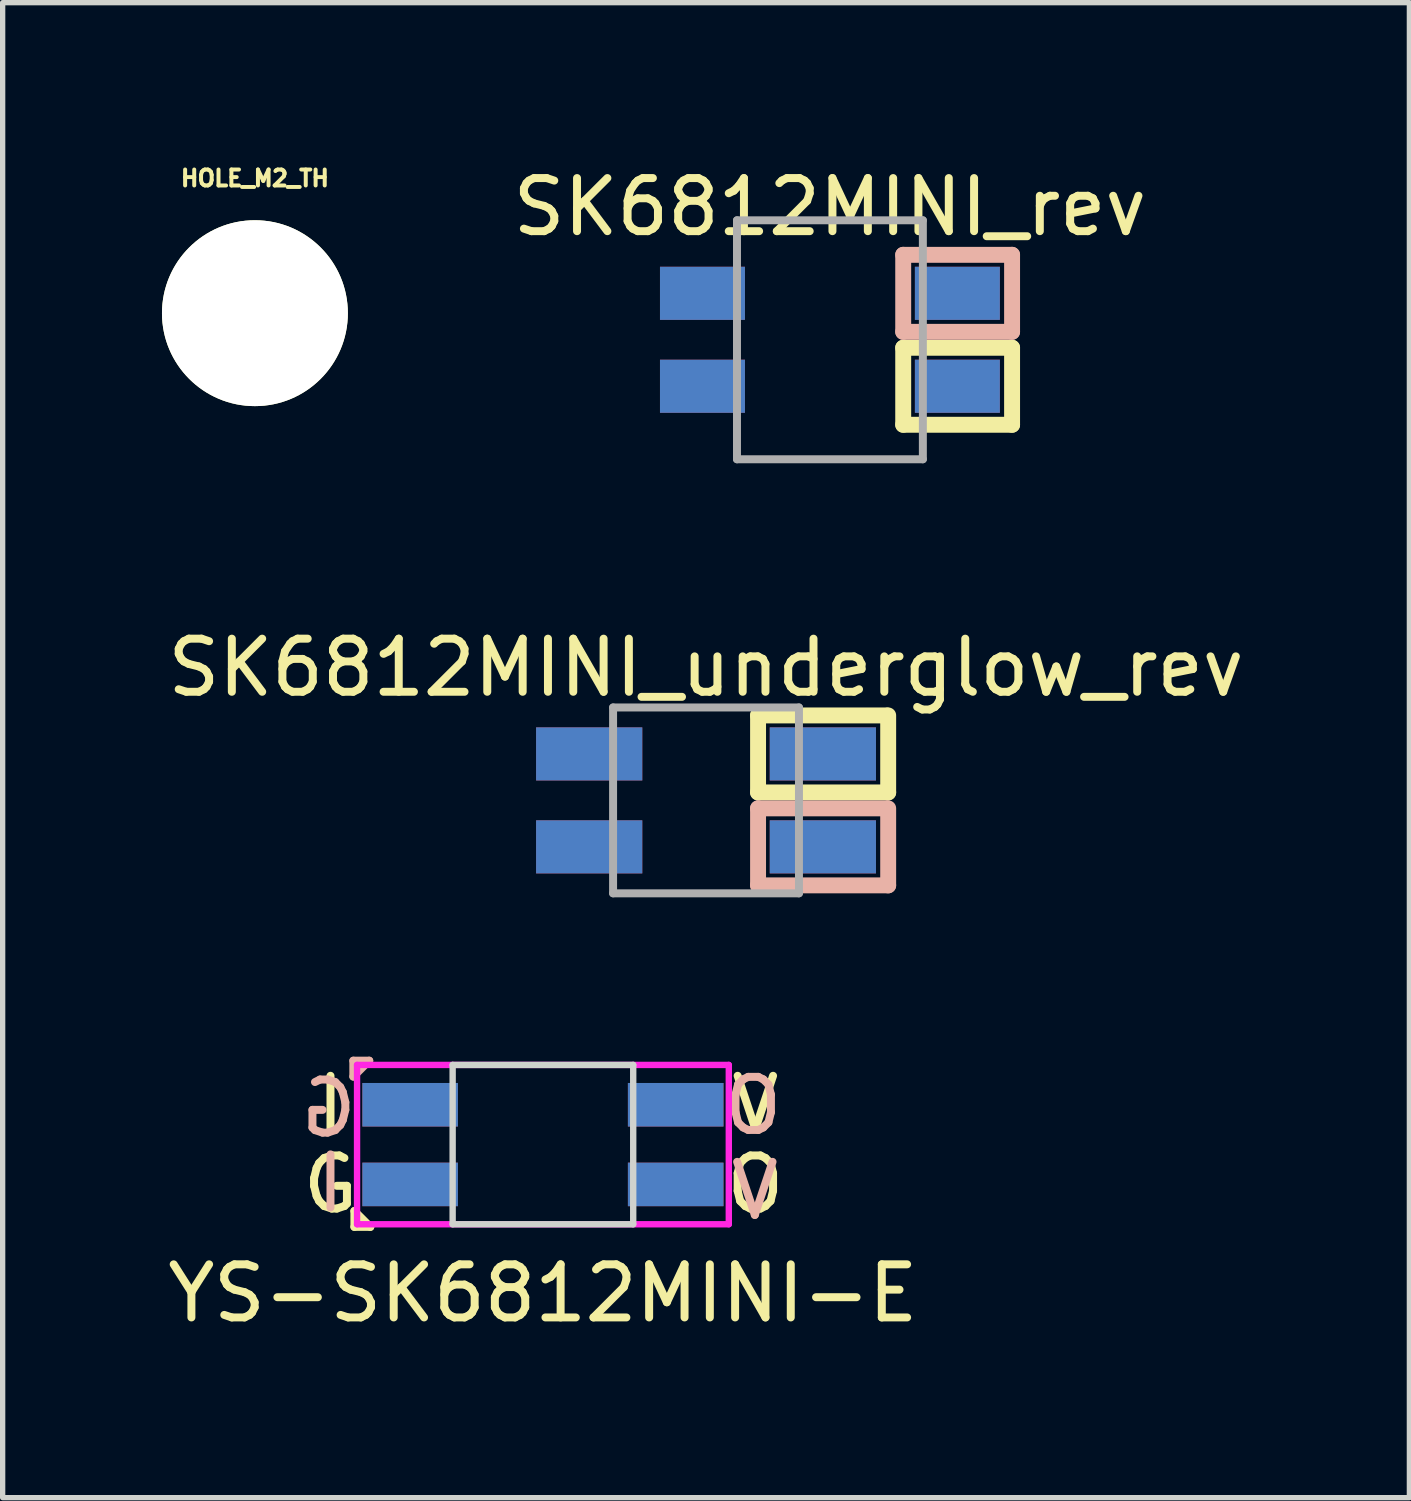
<source format=kicad_pcb>
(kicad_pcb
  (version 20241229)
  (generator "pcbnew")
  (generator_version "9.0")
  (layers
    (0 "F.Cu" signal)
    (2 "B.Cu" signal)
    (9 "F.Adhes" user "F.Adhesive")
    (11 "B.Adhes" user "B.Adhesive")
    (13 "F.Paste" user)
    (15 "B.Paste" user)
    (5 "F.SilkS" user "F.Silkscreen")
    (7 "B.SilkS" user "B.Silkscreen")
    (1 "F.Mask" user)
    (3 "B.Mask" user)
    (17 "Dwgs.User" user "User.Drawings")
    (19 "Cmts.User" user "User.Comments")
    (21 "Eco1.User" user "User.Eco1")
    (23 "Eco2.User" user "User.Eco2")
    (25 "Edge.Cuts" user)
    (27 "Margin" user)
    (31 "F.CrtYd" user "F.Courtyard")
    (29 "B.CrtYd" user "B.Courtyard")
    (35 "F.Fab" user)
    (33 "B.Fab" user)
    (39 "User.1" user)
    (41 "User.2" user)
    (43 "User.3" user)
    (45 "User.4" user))
  (footprint "SK6812MINI_underglow_rev"
    (layer "F.Cu")
    (at 10.244 12.021)
    (property "Reference" "SK6812MINI_underglow_rev" (at 0 -2.5 0) (layer "F.SilkS") (effects (font (size 1 1) (thickness 0.15))))
    (attr through_hole)
    (fp_line (start 0.98 -1.6) (end 3.4 -1.6) (stroke (width 0.3) (type solid)) (layer "F.SilkS"))
    (fp_line (start 0.98 -0.15) (end 0.98 -1.6) (stroke (width 0.3) (type solid)) (layer "F.SilkS"))
    (fp_line (start 3.43 -1.6) (end 3.43 -0.15) (stroke (width 0.3) (type solid)) (layer "F.SilkS"))
    (fp_line (start 3.43 -0.15) (end 0.98 -0.15) (stroke (width 0.3) (type solid)) (layer "F.SilkS"))
    (fp_line (start 0.98 0.15) (end 3.4 0.15) (stroke (width 0.3) (type solid)) (layer "B.SilkS"))
    (fp_line (start 0.98 1.6) (end 0.98 0.15) (stroke (width 0.3) (type solid)) (layer "B.SilkS"))
    (fp_line (start 3.43 0.15) (end 3.43 1.6) (stroke (width 0.3) (type solid)) (layer "B.SilkS"))
    (fp_line (start 3.43 1.6) (end 0.98 1.6) (stroke (width 0.3) (type solid)) (layer "B.SilkS"))
    (fp_line (start -1.75 -1.75) (end -1.75 1.75) (stroke (width 0.15) (type solid)) (layer "F.Fab"))
    (fp_line (start -1.75 -1.75) (end 1.75 -1.75) (stroke (width 0.15) (type solid)) (layer "F.Fab"))
    (fp_line (start 1.75 -1.75) (end 1.75 1.75) (stroke (width 0.15) (type solid)) (layer "F.Fab"))
    (fp_line (start 1.75 1.75) (end -1.75 1.75) (stroke (width 0.15) (type solid)) (layer "F.Fab"))
    (pad "1" smd rect (at -2.2 -0.875) (size 2 1) (layers "F.Cu" "F.Mask" "F.Paste"))
    (pad "1" smd rect (at -2.2 0.875) (size 2 1) (layers "B.Cu" "B.Mask" "B.Paste"))
    (pad "2" smd rect (at -2.2 -0.875) (size 2 1) (layers "B.Cu" "B.Mask" "B.Paste"))
    (pad "2" smd rect (at -2.2 0.875) (size 2 1) (layers "F.Cu" "F.Mask" "F.Paste"))
    (pad "3" smd rect (at 2.2 -0.875) (size 2 1) (layers "B.Cu" "B.Mask" "B.Paste"))
    (pad "3" smd rect (at 2.2 0.875) (size 2 1) (layers "F.Cu" "F.Mask" "F.Paste"))
    (pad "4" smd rect (at 2.2 -0.875) (size 2 1) (layers "F.Cu" "F.Mask" "F.Paste"))
    (pad "4" smd rect (at 2.2 0.875) (size 2 1) (layers "B.Cu" "B.Mask" "B.Paste")))
  (footprint "SK6812MINI_rev"
    (layer "F.Cu")
    (at 12.577 3.348)
    (property "Reference" "SK6812MINI_rev" (at 0 -2.5 0) (layer "F.SilkS") (effects (font (size 1 1) (thickness 0.15))))
    (attr exclude_from_pos_files exclude_from_bom)
    (fp_line (start 1.38 0.15) (end 3.43 0.15) (stroke (width 0.3) (type solid)) (layer "F.SilkS"))
    (fp_line (start 1.38 1.6) (end 1.38 0.15) (stroke (width 0.3) (type solid)) (layer "F.SilkS"))
    (fp_line (start 3.43 0.15) (end 3.43 1.6) (stroke (width 0.3) (type solid)) (layer "F.SilkS"))
    (fp_line (start 3.43 1.6) (end 1.38 1.6) (stroke (width 0.3) (type solid)) (layer "F.SilkS"))
    (fp_line (start 1.38 -1.6) (end 3.43 -1.6) (stroke (width 0.3) (type solid)) (layer "B.SilkS"))
    (fp_line (start 1.38 -0.15) (end 1.38 -1.6) (stroke (width 0.3) (type solid)) (layer "B.SilkS"))
    (fp_line (start 3.43 -1.6) (end 3.43 -0.15) (stroke (width 0.3) (type solid)) (layer "B.SilkS"))
    (fp_line (start 3.43 -0.15) (end 1.38 -0.15) (stroke (width 0.3) (type solid)) (layer "B.SilkS"))
    (fp_line (start -1.75 -2.25) (end -1.75 2.25) (stroke (width 0.15) (type solid)) (layer "F.Fab"))
    (fp_line (start -1.75 -2.25) (end 1.75 -2.25) (stroke (width 0.15) (type solid)) (layer "F.Fab"))
    (fp_line (start 1.75 -2.25) (end 1.75 2.25) (stroke (width 0.15) (type solid)) (layer "F.Fab"))
    (fp_line (start 1.75 2.25) (end -1.75 2.25) (stroke (width 0.15) (type solid)) (layer "F.Fab"))
    (pad "1" smd rect (at -2.4 -0.875) (size 1.6 1) (layers "B.Cu" "B.Mask" "B.Paste"))
    (pad "1" smd rect (at -2.4 0.875) (size 1.6 1) (layers "F.Cu" "F.Mask" "F.Paste"))
    (pad "2" smd rect (at -2.4 -0.875) (size 1.6 1) (layers "F.Cu" "F.Mask" "F.Paste"))
    (pad "2" smd rect (at -2.4 0.875) (size 1.6 1) (layers "B.Cu" "B.Mask" "B.Paste"))
    (pad "3" smd rect (at 2.4 -0.875) (size 1.6 1) (layers "F.Cu" "F.Mask" "F.Paste"))
    (pad "3" smd rect (at 2.4 0.875) (size 1.6 1) (layers "B.Cu" "B.Mask" "B.Paste"))
    (pad "4" smd rect (at 2.4 -0.875) (size 1.6 1) (layers "B.Cu" "B.Mask" "B.Paste"))
    (pad "4" smd rect (at 2.4 0.875) (size 1.6 1) (layers "F.Cu" "F.Mask" "F.Paste")))
  (footprint "HOLE_M2_TH"
    (layer "F.Cu")
    (at 1.75 2.847)
    (property "Reference" "HOLE_M2_TH" (at 0 -2.54 0) (layer "F.SilkS") (effects (font (size 0.3 0.3) (thickness 0.076))))
    (attr through_hole)
    (pad "" np_thru_hole circle (at 0 0 90) (size 3.5 3.5) (drill 3.5) (layers "*.Cu" "*.Mask" "F.SilkS")))
  (footprint "YS-SK6812MINI-E"
    (layer "F.Cu")
    (at 7.173 18.502)
    (property "Reference" "YS-SK6812MINI-E" (at 0 2.8 0) (layer "F.SilkS") (effects (font (size 1 1) (thickness 0.15))))
    (attr through_hole)
    (fp_line (start -3.55 1.25) (end -3.25 1.55) (stroke (width 0.15) (type solid)) (layer "F.SilkS"))
    (fp_line (start -3.55 1.55) (end -3.55 1.25) (stroke (width 0.15) (type solid)) (layer "F.SilkS"))
    (fp_line (start -3.25 1.55) (end -3.55 1.55) (stroke (width 0.15) (type solid)) (layer "F.SilkS"))
    (fp_line (start -3.57 -1.58) (end -3.57 -1.28) (stroke (width 0.15) (type solid)) (layer "B.SilkS"))
    (fp_line (start -3.57 -1.28) (end -3.27 -1.58) (stroke (width 0.15) (type solid)) (layer "B.SilkS"))
    (fp_line (start -3.27 -1.58) (end -3.57 -1.58) (stroke (width 0.15) (type solid)) (layer "B.SilkS"))
    (fp_line (start -1.7 -1.5) (end -1.7 1.5) (stroke (width 0.12) (type solid)) (layer "Edge.Cuts"))
    (fp_line (start -1.7 1.5) (end 1.7 1.5) (stroke (width 0.12) (type solid)) (layer "Edge.Cuts"))
    (fp_line (start 1.7 -1.5) (end -1.7 -1.5) (stroke (width 0.12) (type solid)) (layer "Edge.Cuts"))
    (fp_line (start 1.7 1.5) (end 1.7 -1.5) (stroke (width 0.12) (type solid)) (layer "Edge.Cuts"))
    (fp_line (start -3.5 -1.5) (end -3.5 1.5) (stroke (width 0.12) (type solid)) (layer "F.CrtYd"))
    (fp_line (start -3.5 1.5) (end 3.5 1.5) (stroke (width 0.12) (type solid)) (layer "F.CrtYd"))
    (fp_line (start 3.5 -1.5) (end -3.5 -1.5) (stroke (width 0.12) (type solid)) (layer "F.CrtYd"))
    (fp_line (start 3.5 1.5) (end 3.5 -1.5) (stroke (width 0.12) (type solid)) (layer "F.CrtYd"))
    (fp_text user "G" (at -4 0.75 0) (layer "F.SilkS") (effects (font (size 1 1) (thickness 0.15))))
    (fp_text user "O" (at 4 0.75 0) (layer "F.SilkS") (effects (font (size 1 1) (thickness 0.15))))
    (fp_text user "V" (at 4 -0.75 0) (layer "F.SilkS") (effects (font (size 1 1) (thickness 0.15))))
    (fp_text user "I" (at -4 -0.75 0) (layer "F.SilkS") (effects (font (size 1 1) (thickness 0.15))))
    (fp_text user "V" (at 3.99 0.87 180) (layer "B.SilkS") (effects (font (size 1 1) (thickness 0.15)) (justify mirror)))
    (fp_text user "O" (at 3.96 -0.73 180) (layer "B.SilkS") (effects (font (size 1 1) (thickness 0.15)) (justify mirror)))
    (fp_text user "G" (at -4.03 -0.68 0) (layer "B.SilkS") (effects (font (size 1 1) (thickness 0.15)) (justify mirror)))
    (fp_text user "I" (at -4 0.73 0) (layer "B.SilkS") (effects (font (size 1 1) (thickness 0.15)) (justify mirror)))
    (pad "1" smd rect (at 2.5 -0.75) (size 1.8 0.82) (layers "F.Cu" "F.Mask" "F.Paste"))
    (pad "1" smd rect (at 2.5 0.75) (size 1.8 0.82) (layers "B.Cu" "B.Mask" "B.Paste"))
    (pad "2" smd rect (at 2.5 -0.75) (size 1.8 0.82) (layers "B.Cu" "B.Mask" "B.Paste"))
    (pad "2" smd rect (at 2.5 0.75) (size 1.8 0.82) (layers "F.Cu" "F.Mask" "F.Paste"))
    (pad "3" smd rect (at -2.5 -0.75) (size 1.8 0.82) (layers "B.Cu" "B.Mask" "B.Paste"))
    (pad "3" smd rect (at -2.5 0.75) (size 1.8 0.82) (layers "F.Cu" "F.Mask" "F.Paste"))
    (pad "4" smd rect (at -2.5 -0.75) (size 1.8 0.82) (layers "F.Cu" "F.Mask" "F.Paste"))
    (pad "4" smd rect (at -2.5 0.75) (size 1.8 0.82) (layers "B.Cu" "B.Mask" "B.Paste")))
  (gr_rect
    (start -3 -3)
    (end 23.488 25.15)
    (stroke (width 0.1) (type default))
    (fill no)
    (layer "Edge.Cuts")))
</source>
